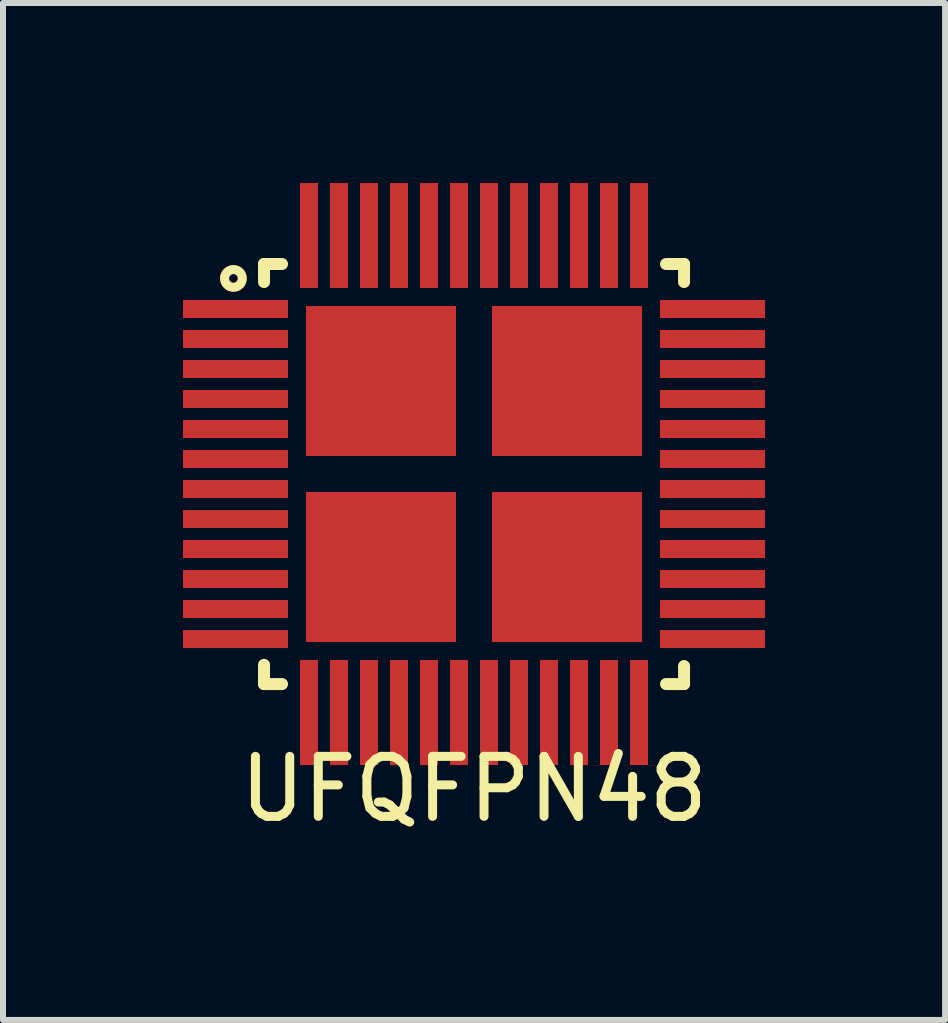
<source format=kicad_pcb>
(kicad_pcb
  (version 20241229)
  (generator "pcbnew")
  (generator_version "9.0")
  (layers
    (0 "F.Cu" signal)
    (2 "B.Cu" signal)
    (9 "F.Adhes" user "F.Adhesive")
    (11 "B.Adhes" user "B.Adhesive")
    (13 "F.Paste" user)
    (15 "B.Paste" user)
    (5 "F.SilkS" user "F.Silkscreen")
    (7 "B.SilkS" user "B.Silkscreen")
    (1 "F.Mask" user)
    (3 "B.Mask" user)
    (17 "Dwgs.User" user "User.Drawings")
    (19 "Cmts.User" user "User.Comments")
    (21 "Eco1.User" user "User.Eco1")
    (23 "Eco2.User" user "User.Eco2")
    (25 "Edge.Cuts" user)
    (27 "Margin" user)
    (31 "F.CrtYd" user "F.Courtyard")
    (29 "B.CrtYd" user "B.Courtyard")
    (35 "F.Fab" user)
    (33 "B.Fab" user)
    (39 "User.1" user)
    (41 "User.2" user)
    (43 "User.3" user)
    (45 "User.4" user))
  (footprint "UFQFPN48"
    (layer "F.Cu")
    (at 4.85 4.85)
    (property "Reference" "UFQFPN48" (at 0 5.25 0) (layer "F.SilkS") (effects (font (size 1 1) (thickness 0.15))))
    (attr through_hole)
    (fp_circle (center -4.01 -3.26) (end -3.94 -3.28) (stroke (width 0.15) (type solid)) (fill no) (layer "F.Cu"))
    (fp_line (start -3.5 -3.5) (end -3.5 -3.2) (stroke (width 0.2) (type solid)) (layer "F.SilkS"))
    (fp_line (start -3.5 -3.5) (end -3.2 -3.5) (stroke (width 0.2) (type solid)) (layer "F.SilkS"))
    (fp_line (start -3.5 3.5) (end -3.5 3.18) (stroke (width 0.2) (type solid)) (layer "F.SilkS"))
    (fp_line (start -3.5 3.5) (end -3.2 3.5) (stroke (width 0.2) (type solid)) (layer "F.SilkS"))
    (fp_line (start 3.5 -3.5) (end 3.2 -3.5) (stroke (width 0.2) (type solid)) (layer "F.SilkS"))
    (fp_line (start 3.5 -3.5) (end 3.5 -3.2) (stroke (width 0.2) (type solid)) (layer "F.SilkS"))
    (fp_line (start 3.5 3.5) (end 3.2 3.5) (stroke (width 0.2) (type solid)) (layer "F.SilkS"))
    (fp_line (start 3.5 3.5) (end 3.5 3.2) (stroke (width 0.2) (type solid)) (layer "F.SilkS"))
    (fp_circle (center -4.01 -3.26) (end -3.94 -3.28) (stroke (width 0.15) (type solid)) (fill no) (layer "F.SilkS"))
    (pad "0" smd rect (at -1.55 -1.55) (size 1.875 1.875) (layers "F.Cu" "F.Mask"))
    (pad "0" smd rect (at -1.55 -1.55) (size 2.5 2.5) (layers "F.Cu" "F.Mask"))
    (pad "0" smd rect (at -1.55 1.55) (size 1.875 1.875) (layers "F.Cu" "F.Mask"))
    (pad "0" smd rect (at -1.55 1.55) (size 2.5 2.5) (layers "F.Cu" "F.Mask"))
    (pad "0" smd rect (at 1.55 -1.55) (size 1.875 1.875) (layers "F.Cu" "F.Mask"))
    (pad "0" smd rect (at 1.55 -1.55) (size 2.5 2.5) (layers "F.Cu" "F.Mask"))
    (pad "0" smd rect (at 1.55 1.55) (size 1.875 1.875) (layers "F.Cu" "F.Mask"))
    (pad "0" smd rect (at 1.55 1.55) (size 2.5 2.5) (layers "F.Cu" "F.Mask"))
    (pad "1" smd trapezoid (at -3.975 -2.75 90) (size 0.3 1.75) (layers "F.Cu" "F.Mask" "F.Paste"))
    (pad "2" smd trapezoid (at -3.975 -2.25 90) (size 0.3 1.75) (layers "F.Cu" "F.Mask" "F.Paste"))
    (pad "3" smd trapezoid (at -3.975 -1.75 90) (size 0.3 1.75) (layers "F.Cu" "F.Mask" "F.Paste"))
    (pad "4" smd trapezoid (at -3.975 -1.25 90) (size 0.3 1.75) (layers "F.Cu" "F.Mask" "F.Paste"))
    (pad "5" smd trapezoid (at -3.975 -0.75 90) (size 0.3 1.75) (layers "F.Cu" "F.Mask" "F.Paste"))
    (pad "6" smd trapezoid (at -3.975 -0.25 90) (size 0.3 1.75) (layers "F.Cu" "F.Mask" "F.Paste"))
    (pad "7" smd trapezoid (at -3.975 0.25 90) (size 0.3 1.75) (layers "F.Cu" "F.Mask" "F.Paste"))
    (pad "8" smd trapezoid (at -3.975 0.75 90) (size 0.3 1.75) (layers "F.Cu" "F.Mask" "F.Paste"))
    (pad "9" smd trapezoid (at -3.975 1.25 90) (size 0.3 1.75) (layers "F.Cu" "F.Mask" "F.Paste"))
    (pad "10" smd trapezoid (at -3.975 1.75 90) (size 0.3 1.75) (layers "F.Cu" "F.Mask" "F.Paste"))
    (pad "11" smd trapezoid (at -3.975 2.25 90) (size 0.3 1.75) (layers "F.Cu" "F.Mask" "F.Paste"))
    (pad "12" smd trapezoid (at -3.975 2.75 90) (size 0.3 1.75) (layers "F.Cu" "F.Mask" "F.Paste"))
    (pad "13" smd trapezoid (at -2.75 3.975) (size 0.3 1.75) (layers "F.Cu" "F.Mask" "F.Paste"))
    (pad "14" smd trapezoid (at -2.25 3.975) (size 0.3 1.75) (layers "F.Cu" "F.Mask" "F.Paste"))
    (pad "15" smd trapezoid (at -1.75 3.975) (size 0.3 1.75) (layers "F.Cu" "F.Mask" "F.Paste"))
    (pad "16" smd trapezoid (at -1.25 3.975) (size 0.3 1.75) (layers "F.Cu" "F.Mask" "F.Paste"))
    (pad "17" smd trapezoid (at -0.75 3.975) (size 0.3 1.75) (layers "F.Cu" "F.Mask" "F.Paste"))
    (pad "18" smd trapezoid (at -0.25 3.975) (size 0.3 1.75) (layers "F.Cu" "F.Mask" "F.Paste"))
    (pad "19" smd trapezoid (at 0.25 3.975) (size 0.3 1.75) (layers "F.Cu" "F.Mask" "F.Paste"))
    (pad "20" smd trapezoid (at 0.75 3.975) (size 0.3 1.75) (layers "F.Cu" "F.Mask" "F.Paste"))
    (pad "21" smd trapezoid (at 1.25 3.975) (size 0.3 1.75) (layers "F.Cu" "F.Mask" "F.Paste"))
    (pad "22" smd trapezoid (at 1.75 3.975) (size 0.3 1.75) (layers "F.Cu" "F.Mask" "F.Paste"))
    (pad "23" smd trapezoid (at 2.25 3.975) (size 0.3 1.75) (layers "F.Cu" "F.Mask" "F.Paste"))
    (pad "24" smd trapezoid (at 2.75 3.975) (size 0.3 1.75) (layers "F.Cu" "F.Mask" "F.Paste"))
    (pad "25" smd trapezoid (at 3.975 2.75 90) (size 0.3 1.75) (layers "F.Cu" "F.Mask" "F.Paste"))
    (pad "26" smd trapezoid (at 3.975 2.25 90) (size 0.3 1.75) (layers "F.Cu" "F.Mask" "F.Paste"))
    (pad "27" smd trapezoid (at 3.975 1.75 90) (size 0.3 1.75) (layers "F.Cu" "F.Mask" "F.Paste"))
    (pad "28" smd trapezoid (at 3.975 1.25 90) (size 0.3 1.75) (layers "F.Cu" "F.Mask" "F.Paste"))
    (pad "29" smd trapezoid (at 3.975 0.75 90) (size 0.3 1.75) (layers "F.Cu" "F.Mask" "F.Paste"))
    (pad "30" smd trapezoid (at 3.975 0.25 90) (size 0.3 1.75) (layers "F.Cu" "F.Mask" "F.Paste"))
    (pad "31" smd trapezoid (at 3.975 -0.25 90) (size 0.3 1.75) (layers "F.Cu" "F.Mask" "F.Paste"))
    (pad "32" smd trapezoid (at 3.975 -0.75 90) (size 0.3 1.75) (layers "F.Cu" "F.Mask" "F.Paste"))
    (pad "33" smd trapezoid (at 3.975 -1.25 90) (size 0.3 1.75) (layers "F.Cu" "F.Mask" "F.Paste"))
    (pad "34" smd trapezoid (at 3.975 -1.75 90) (size 0.3 1.75) (layers "F.Cu" "F.Mask" "F.Paste"))
    (pad "35" smd trapezoid (at 3.975 -2.25 90) (size 0.3 1.75) (layers "F.Cu" "F.Mask" "F.Paste"))
    (pad "36" smd trapezoid (at 3.975 -2.75 90) (size 0.3 1.75) (layers "F.Cu" "F.Mask" "F.Paste"))
    (pad "37" smd trapezoid (at 2.75 -3.975) (size 0.3 1.75) (layers "F.Cu" "F.Mask" "F.Paste"))
    (pad "38" smd trapezoid (at 2.25 -3.975) (size 0.3 1.75) (layers "F.Cu" "F.Mask" "F.Paste"))
    (pad "39" smd trapezoid (at 1.75 -3.975) (size 0.3 1.75) (layers "F.Cu" "F.Mask" "F.Paste"))
    (pad "40" smd trapezoid (at 1.25 -3.975) (size 0.3 1.75) (layers "F.Cu" "F.Mask" "F.Paste"))
    (pad "41" smd trapezoid (at 0.75 -3.975) (size 0.3 1.75) (layers "F.Cu" "F.Mask" "F.Paste"))
    (pad "42" smd trapezoid (at 0.25 -3.975) (size 0.3 1.75) (layers "F.Cu" "F.Mask" "F.Paste"))
    (pad "43" smd trapezoid (at -0.25 -3.975 180) (size 0.3 1.75) (layers "F.Cu" "F.Mask" "F.Paste"))
    (pad "44" smd trapezoid (at -0.75 -3.975) (size 0.3 1.75) (layers "F.Cu" "F.Mask" "F.Paste"))
    (pad "45" smd trapezoid (at -1.25 -3.975) (size 0.3 1.75) (layers "F.Cu" "F.Mask" "F.Paste"))
    (pad "46" smd trapezoid (at -1.75 -3.975) (size 0.3 1.75) (layers "F.Cu" "F.Mask" "F.Paste"))
    (pad "47" smd trapezoid (at -2.25 -3.975) (size 0.3 1.75) (layers "F.Cu" "F.Mask" "F.Paste"))
    (pad "48" smd trapezoid (at -2.75 -3.975) (size 0.3 1.75) (layers "F.Cu" "F.Mask" "F.Paste")))
  (gr_rect
    (start -3 -3)
    (end 12.7 13.948)
    (stroke (width 0.1) (type default))
    (fill no)
    (layer "Edge.Cuts")))
</source>
